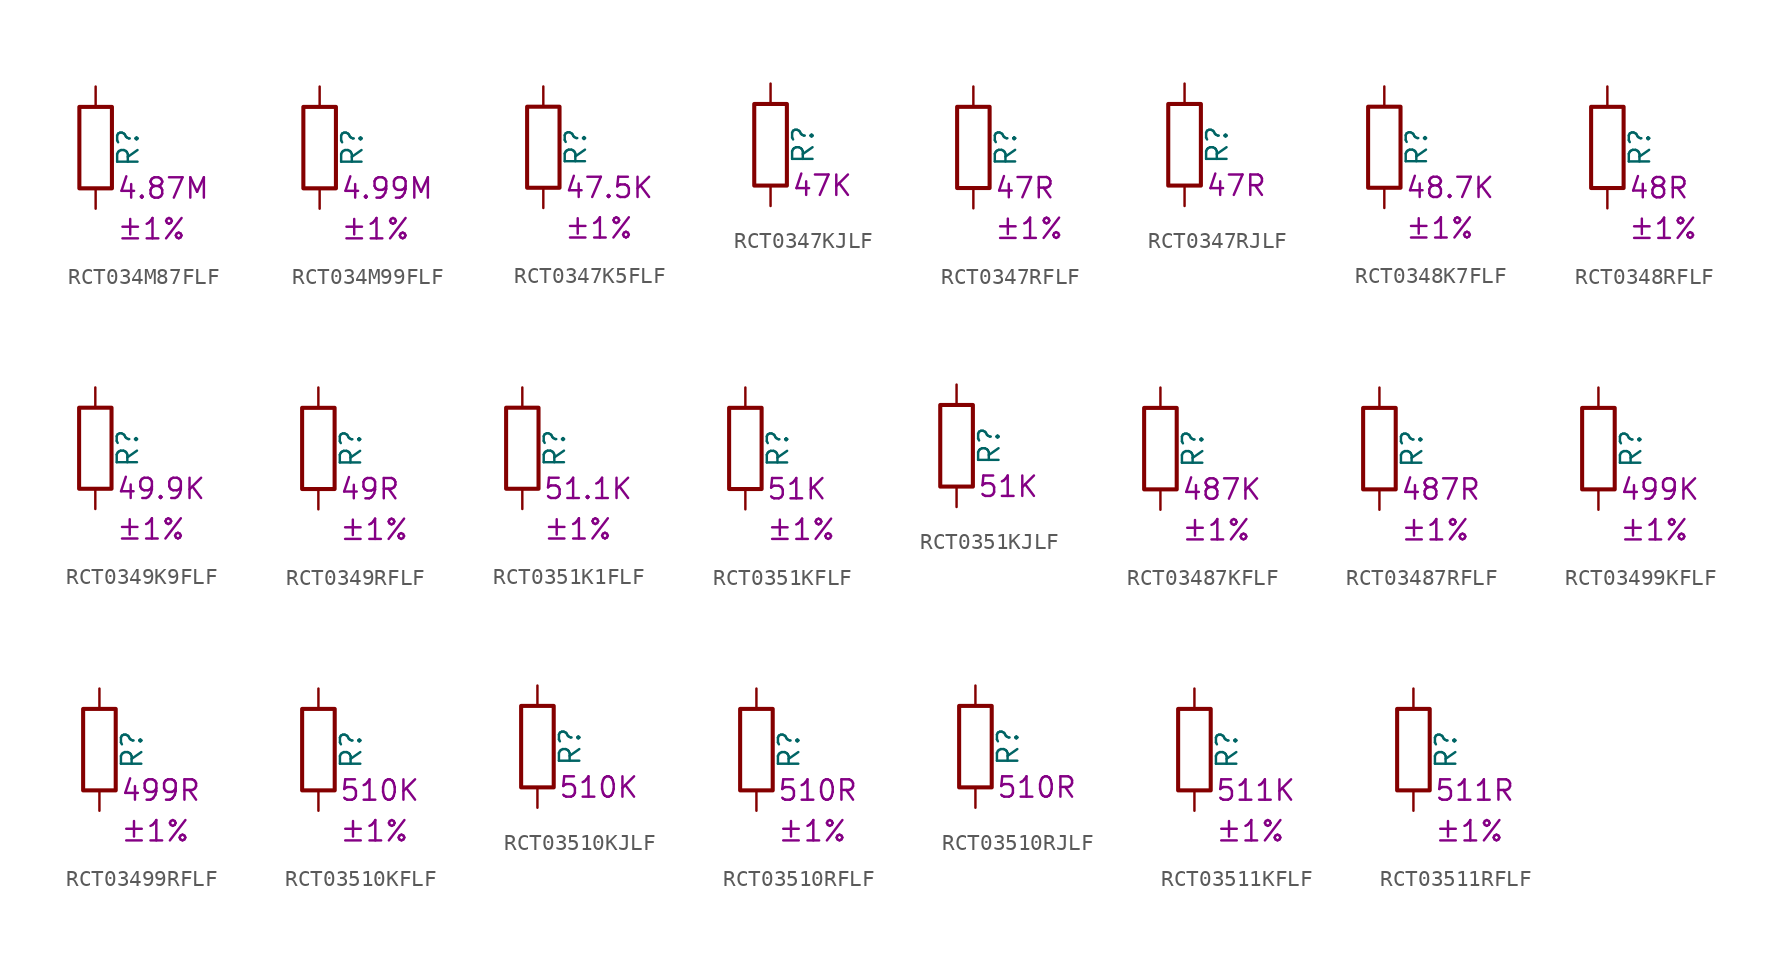
<source format=kicad_sym>
(kicad_symbol_lib
  (version 20220914)
  (generator kicad_symbol_editor)
  (symbol "RCT034M87FLF"
    (pin_numbers hide)
    (pin_names
      (offset 0))
    (property "Reference" "R"
      (at 2.032 0 90)
      (effects (font (size 1.27 1.27))))
    (property "Resistance" "4.87M"
      (at 1.27 -2.54 0)
      (effects (font (size 1.27 1.27)) (justify left)))
    (property "Tolerance" "±1%"
      (at 1.27 -5.08 0)
      (effects (font (size 1.27 1.27)) (justify left)))
    (symbol "RCT034M87FLF_0_1"
      (rectangle (start -1.016 -2.54) (end 1.016 2.54) (stroke (width 0.254) (type default)) (fill (type none))))
    (symbol "RCT034M87FLF_1_1"
      (pin passive line (at 0 3.81 270) (length 1.27) (name "~" (effects (font (size 1.27 1.27)))) (number "1" (effects (font (size 1.27 1.27)))))
      (pin passive line (at 0 -3.81 90) (length 1.27) (name "~" (effects (font (size 1.27 1.27)))) (number "2" (effects (font (size 1.27 1.27)))))))
  (symbol "RCT034M99FLF"
    (pin_numbers hide)
    (pin_names
      (offset 0))
    (property "Reference" "R"
      (at 2.032 0 90)
      (effects (font (size 1.27 1.27))))
    (property "Resistance" "4.99M"
      (at 1.27 -2.54 0)
      (effects (font (size 1.27 1.27)) (justify left)))
    (property "Tolerance" "±1%"
      (at 1.27 -5.08 0)
      (effects (font (size 1.27 1.27)) (justify left)))
    (symbol "RCT034M99FLF_0_1"
      (rectangle (start -1.016 -2.54) (end 1.016 2.54) (stroke (width 0.254) (type default)) (fill (type none))))
    (symbol "RCT034M99FLF_1_1"
      (pin passive line (at 0 3.81 270) (length 1.27) (name "~" (effects (font (size 1.27 1.27)))) (number "1" (effects (font (size 1.27 1.27)))))
      (pin passive line (at 0 -3.81 90) (length 1.27) (name "~" (effects (font (size 1.27 1.27)))) (number "2" (effects (font (size 1.27 1.27)))))))
  (symbol "RCT0347K5FLF"
    (pin_numbers hide)
    (pin_names
      (offset 0))
    (property "Reference" "R"
      (at 2.032 0 90)
      (effects (font (size 1.27 1.27))))
    (property "Resistance" "47.5K"
      (at 1.27 -2.54 0)
      (effects (font (size 1.27 1.27)) (justify left)))
    (property "Tolerance" "±1%"
      (at 1.27 -5.08 0)
      (effects (font (size 1.27 1.27)) (justify left)))
    (symbol "RCT0347K5FLF_0_1"
      (rectangle (start -1.016 -2.54) (end 1.016 2.54) (stroke (width 0.254) (type default)) (fill (type none))))
    (symbol "RCT0347K5FLF_1_1"
      (pin passive line (at 0 3.81 270) (length 1.27) (name "~" (effects (font (size 1.27 1.27)))) (number "1" (effects (font (size 1.27 1.27)))))
      (pin passive line (at 0 -3.81 90) (length 1.27) (name "~" (effects (font (size 1.27 1.27)))) (number "2" (effects (font (size 1.27 1.27)))))))
  (symbol "RCT0347KJLF"
    (pin_numbers hide)
    (pin_names
      (offset 0))
    (property "Reference" "R"
      (at 2.032 0 90)
      (effects (font (size 1.27 1.27))))
    (property "Resistance" "47K"
      (at 1.27 -2.54 0)
      (effects (font (size 1.27 1.27)) (justify left)))
    (symbol "RCT0347KJLF_0_1"
      (rectangle (start -1.016 -2.54) (end 1.016 2.54) (stroke (width 0.254) (type default)) (fill (type none))))
    (symbol "RCT0347KJLF_1_1"
      (pin passive line (at 0 3.81 270) (length 1.27) (name "~" (effects (font (size 1.27 1.27)))) (number "1" (effects (font (size 1.27 1.27)))))
      (pin passive line (at 0 -3.81 90) (length 1.27) (name "~" (effects (font (size 1.27 1.27)))) (number "2" (effects (font (size 1.27 1.27)))))))
  (symbol "RCT0347RFLF"
    (pin_numbers hide)
    (pin_names
      (offset 0))
    (property "Reference" "R"
      (at 2.032 0 90)
      (effects (font (size 1.27 1.27))))
    (property "Resistance" "47R"
      (at 1.27 -2.54 0)
      (effects (font (size 1.27 1.27)) (justify left)))
    (property "Tolerance" "±1%"
      (at 1.27 -5.08 0)
      (effects (font (size 1.27 1.27)) (justify left)))
    (symbol "RCT0347RFLF_0_1"
      (rectangle (start -1.016 -2.54) (end 1.016 2.54) (stroke (width 0.254) (type default)) (fill (type none))))
    (symbol "RCT0347RFLF_1_1"
      (pin passive line (at 0 3.81 270) (length 1.27) (name "~" (effects (font (size 1.27 1.27)))) (number "1" (effects (font (size 1.27 1.27)))))
      (pin passive line (at 0 -3.81 90) (length 1.27) (name "~" (effects (font (size 1.27 1.27)))) (number "2" (effects (font (size 1.27 1.27)))))))
  (symbol "RCT0347RJLF"
    (pin_numbers hide)
    (pin_names
      (offset 0))
    (property "Reference" "R"
      (at 2.032 0 90)
      (effects (font (size 1.27 1.27))))
    (property "Resistance" "47R"
      (at 1.27 -2.54 0)
      (effects (font (size 1.27 1.27)) (justify left)))
    (symbol "RCT0347RJLF_0_1"
      (rectangle (start -1.016 -2.54) (end 1.016 2.54) (stroke (width 0.254) (type default)) (fill (type none))))
    (symbol "RCT0347RJLF_1_1"
      (pin passive line (at 0 3.81 270) (length 1.27) (name "~" (effects (font (size 1.27 1.27)))) (number "1" (effects (font (size 1.27 1.27)))))
      (pin passive line (at 0 -3.81 90) (length 1.27) (name "~" (effects (font (size 1.27 1.27)))) (number "2" (effects (font (size 1.27 1.27)))))))
  (symbol "RCT0348K7FLF"
    (pin_numbers hide)
    (pin_names
      (offset 0))
    (property "Reference" "R"
      (at 2.032 0 90)
      (effects (font (size 1.27 1.27))))
    (property "Resistance" "48.7K"
      (at 1.27 -2.54 0)
      (effects (font (size 1.27 1.27)) (justify left)))
    (property "Tolerance" "±1%"
      (at 1.27 -5.08 0)
      (effects (font (size 1.27 1.27)) (justify left)))
    (symbol "RCT0348K7FLF_0_1"
      (rectangle (start -1.016 -2.54) (end 1.016 2.54) (stroke (width 0.254) (type default)) (fill (type none))))
    (symbol "RCT0348K7FLF_1_1"
      (pin passive line (at 0 3.81 270) (length 1.27) (name "~" (effects (font (size 1.27 1.27)))) (number "1" (effects (font (size 1.27 1.27)))))
      (pin passive line (at 0 -3.81 90) (length 1.27) (name "~" (effects (font (size 1.27 1.27)))) (number "2" (effects (font (size 1.27 1.27)))))))
  (symbol "RCT0348RFLF"
    (pin_numbers hide)
    (pin_names
      (offset 0))
    (property "Reference" "R"
      (at 2.032 0 90)
      (effects (font (size 1.27 1.27))))
    (property "Resistance" "48R"
      (at 1.27 -2.54 0)
      (effects (font (size 1.27 1.27)) (justify left)))
    (property "Tolerance" "±1%"
      (at 1.27 -5.08 0)
      (effects (font (size 1.27 1.27)) (justify left)))
    (symbol "RCT0348RFLF_0_1"
      (rectangle (start -1.016 -2.54) (end 1.016 2.54) (stroke (width 0.254) (type default)) (fill (type none))))
    (symbol "RCT0348RFLF_1_1"
      (pin passive line (at 0 3.81 270) (length 1.27) (name "~" (effects (font (size 1.27 1.27)))) (number "1" (effects (font (size 1.27 1.27)))))
      (pin passive line (at 0 -3.81 90) (length 1.27) (name "~" (effects (font (size 1.27 1.27)))) (number "2" (effects (font (size 1.27 1.27)))))))
  (symbol "RCT0349K9FLF"
    (pin_numbers hide)
    (pin_names
      (offset 0))
    (property "Reference" "R"
      (at 2.032 0 90)
      (effects (font (size 1.27 1.27))))
    (property "Resistance" "49.9K"
      (at 1.27 -2.54 0)
      (effects (font (size 1.27 1.27)) (justify left)))
    (property "Tolerance" "±1%"
      (at 1.27 -5.08 0)
      (effects (font (size 1.27 1.27)) (justify left)))
    (symbol "RCT0349K9FLF_0_1"
      (rectangle (start -1.016 -2.54) (end 1.016 2.54) (stroke (width 0.254) (type default)) (fill (type none))))
    (symbol "RCT0349K9FLF_1_1"
      (pin passive line (at 0 3.81 270) (length 1.27) (name "~" (effects (font (size 1.27 1.27)))) (number "1" (effects (font (size 1.27 1.27)))))
      (pin passive line (at 0 -3.81 90) (length 1.27) (name "~" (effects (font (size 1.27 1.27)))) (number "2" (effects (font (size 1.27 1.27)))))))
  (symbol "RCT0349RFLF"
    (pin_numbers hide)
    (pin_names
      (offset 0))
    (property "Reference" "R"
      (at 2.032 0 90)
      (effects (font (size 1.27 1.27))))
    (property "Resistance" "49R"
      (at 1.27 -2.54 0)
      (effects (font (size 1.27 1.27)) (justify left)))
    (property "Tolerance" "±1%"
      (at 1.27 -5.08 0)
      (effects (font (size 1.27 1.27)) (justify left)))
    (symbol "RCT0349RFLF_0_1"
      (rectangle (start -1.016 -2.54) (end 1.016 2.54) (stroke (width 0.254) (type default)) (fill (type none))))
    (symbol "RCT0349RFLF_1_1"
      (pin passive line (at 0 3.81 270) (length 1.27) (name "~" (effects (font (size 1.27 1.27)))) (number "1" (effects (font (size 1.27 1.27)))))
      (pin passive line (at 0 -3.81 90) (length 1.27) (name "~" (effects (font (size 1.27 1.27)))) (number "2" (effects (font (size 1.27 1.27)))))))
  (symbol "RCT0351K1FLF"
    (pin_numbers hide)
    (pin_names
      (offset 0))
    (property "Reference" "R"
      (at 2.032 0 90)
      (effects (font (size 1.27 1.27))))
    (property "Resistance" "51.1K"
      (at 1.27 -2.54 0)
      (effects (font (size 1.27 1.27)) (justify left)))
    (property "Tolerance" "±1%"
      (at 1.27 -5.08 0)
      (effects (font (size 1.27 1.27)) (justify left)))
    (symbol "RCT0351K1FLF_0_1"
      (rectangle (start -1.016 -2.54) (end 1.016 2.54) (stroke (width 0.254) (type default)) (fill (type none))))
    (symbol "RCT0351K1FLF_1_1"
      (pin passive line (at 0 3.81 270) (length 1.27) (name "~" (effects (font (size 1.27 1.27)))) (number "1" (effects (font (size 1.27 1.27)))))
      (pin passive line (at 0 -3.81 90) (length 1.27) (name "~" (effects (font (size 1.27 1.27)))) (number "2" (effects (font (size 1.27 1.27)))))))
  (symbol "RCT0351KFLF"
    (pin_numbers hide)
    (pin_names
      (offset 0))
    (property "Reference" "R"
      (at 2.032 0 90)
      (effects (font (size 1.27 1.27))))
    (property "Resistance" "51K"
      (at 1.27 -2.54 0)
      (effects (font (size 1.27 1.27)) (justify left)))
    (property "Tolerance" "±1%"
      (at 1.27 -5.08 0)
      (effects (font (size 1.27 1.27)) (justify left)))
    (symbol "RCT0351KFLF_0_1"
      (rectangle (start -1.016 -2.54) (end 1.016 2.54) (stroke (width 0.254) (type default)) (fill (type none))))
    (symbol "RCT0351KFLF_1_1"
      (pin passive line (at 0 3.81 270) (length 1.27) (name "~" (effects (font (size 1.27 1.27)))) (number "1" (effects (font (size 1.27 1.27)))))
      (pin passive line (at 0 -3.81 90) (length 1.27) (name "~" (effects (font (size 1.27 1.27)))) (number "2" (effects (font (size 1.27 1.27)))))))
  (symbol "RCT0351KJLF"
    (pin_numbers hide)
    (pin_names
      (offset 0))
    (property "Reference" "R"
      (at 2.032 0 90)
      (effects (font (size 1.27 1.27))))
    (property "Resistance" "51K"
      (at 1.27 -2.54 0)
      (effects (font (size 1.27 1.27)) (justify left)))
    (symbol "RCT0351KJLF_0_1"
      (rectangle (start -1.016 -2.54) (end 1.016 2.54) (stroke (width 0.254) (type default)) (fill (type none))))
    (symbol "RCT0351KJLF_1_1"
      (pin passive line (at 0 3.81 270) (length 1.27) (name "~" (effects (font (size 1.27 1.27)))) (number "1" (effects (font (size 1.27 1.27)))))
      (pin passive line (at 0 -3.81 90) (length 1.27) (name "~" (effects (font (size 1.27 1.27)))) (number "2" (effects (font (size 1.27 1.27)))))))
  (symbol "RCT03487KFLF"
    (pin_numbers hide)
    (pin_names
      (offset 0))
    (property "Reference" "R"
      (at 2.032 0 90)
      (effects (font (size 1.27 1.27))))
    (property "Resistance" "487K"
      (at 1.27 -2.54 0)
      (effects (font (size 1.27 1.27)) (justify left)))
    (property "Tolerance" "±1%"
      (at 1.27 -5.08 0)
      (effects (font (size 1.27 1.27)) (justify left)))
    (symbol "RCT03487KFLF_0_1"
      (rectangle (start -1.016 -2.54) (end 1.016 2.54) (stroke (width 0.254) (type default)) (fill (type none))))
    (symbol "RCT03487KFLF_1_1"
      (pin passive line (at 0 3.81 270) (length 1.27) (name "~" (effects (font (size 1.27 1.27)))) (number "1" (effects (font (size 1.27 1.27)))))
      (pin passive line (at 0 -3.81 90) (length 1.27) (name "~" (effects (font (size 1.27 1.27)))) (number "2" (effects (font (size 1.27 1.27)))))))
  (symbol "RCT03487RFLF"
    (pin_numbers hide)
    (pin_names
      (offset 0))
    (property "Reference" "R"
      (at 2.032 0 90)
      (effects (font (size 1.27 1.27))))
    (property "Resistance" "487R"
      (at 1.27 -2.54 0)
      (effects (font (size 1.27 1.27)) (justify left)))
    (property "Tolerance" "±1%"
      (at 1.27 -5.08 0)
      (effects (font (size 1.27 1.27)) (justify left)))
    (symbol "RCT03487RFLF_0_1"
      (rectangle (start -1.016 -2.54) (end 1.016 2.54) (stroke (width 0.254) (type default)) (fill (type none))))
    (symbol "RCT03487RFLF_1_1"
      (pin passive line (at 0 3.81 270) (length 1.27) (name "~" (effects (font (size 1.27 1.27)))) (number "1" (effects (font (size 1.27 1.27)))))
      (pin passive line (at 0 -3.81 90) (length 1.27) (name "~" (effects (font (size 1.27 1.27)))) (number "2" (effects (font (size 1.27 1.27)))))))
  (symbol "RCT03499KFLF"
    (pin_numbers hide)
    (pin_names
      (offset 0))
    (property "Reference" "R"
      (at 2.032 0 90)
      (effects (font (size 1.27 1.27))))
    (property "Resistance" "499K"
      (at 1.27 -2.54 0)
      (effects (font (size 1.27 1.27)) (justify left)))
    (property "Tolerance" "±1%"
      (at 1.27 -5.08 0)
      (effects (font (size 1.27 1.27)) (justify left)))
    (symbol "RCT03499KFLF_0_1"
      (rectangle (start -1.016 -2.54) (end 1.016 2.54) (stroke (width 0.254) (type default)) (fill (type none))))
    (symbol "RCT03499KFLF_1_1"
      (pin passive line (at 0 3.81 270) (length 1.27) (name "~" (effects (font (size 1.27 1.27)))) (number "1" (effects (font (size 1.27 1.27)))))
      (pin passive line (at 0 -3.81 90) (length 1.27) (name "~" (effects (font (size 1.27 1.27)))) (number "2" (effects (font (size 1.27 1.27)))))))
  (symbol "RCT03499RFLF"
    (pin_numbers hide)
    (pin_names
      (offset 0))
    (property "Reference" "R"
      (at 2.032 0 90)
      (effects (font (size 1.27 1.27))))
    (property "Resistance" "499R"
      (at 1.27 -2.54 0)
      (effects (font (size 1.27 1.27)) (justify left)))
    (property "Tolerance" "±1%"
      (at 1.27 -5.08 0)
      (effects (font (size 1.27 1.27)) (justify left)))
    (symbol "RCT03499RFLF_0_1"
      (rectangle (start -1.016 -2.54) (end 1.016 2.54) (stroke (width 0.254) (type default)) (fill (type none))))
    (symbol "RCT03499RFLF_1_1"
      (pin passive line (at 0 3.81 270) (length 1.27) (name "~" (effects (font (size 1.27 1.27)))) (number "1" (effects (font (size 1.27 1.27)))))
      (pin passive line (at 0 -3.81 90) (length 1.27) (name "~" (effects (font (size 1.27 1.27)))) (number "2" (effects (font (size 1.27 1.27)))))))
  (symbol "RCT03510KFLF"
    (pin_numbers hide)
    (pin_names
      (offset 0))
    (property "Reference" "R"
      (at 2.032 0 90)
      (effects (font (size 1.27 1.27))))
    (property "Resistance" "510K"
      (at 1.27 -2.54 0)
      (effects (font (size 1.27 1.27)) (justify left)))
    (property "Tolerance" "±1%"
      (at 1.27 -5.08 0)
      (effects (font (size 1.27 1.27)) (justify left)))
    (symbol "RCT03510KFLF_0_1"
      (rectangle (start -1.016 -2.54) (end 1.016 2.54) (stroke (width 0.254) (type default)) (fill (type none))))
    (symbol "RCT03510KFLF_1_1"
      (pin passive line (at 0 3.81 270) (length 1.27) (name "~" (effects (font (size 1.27 1.27)))) (number "1" (effects (font (size 1.27 1.27)))))
      (pin passive line (at 0 -3.81 90) (length 1.27) (name "~" (effects (font (size 1.27 1.27)))) (number "2" (effects (font (size 1.27 1.27)))))))
  (symbol "RCT03510KJLF"
    (pin_numbers hide)
    (pin_names
      (offset 0))
    (property "Reference" "R"
      (at 2.032 0 90)
      (effects (font (size 1.27 1.27))))
    (property "Resistance" "510K"
      (at 1.27 -2.54 0)
      (effects (font (size 1.27 1.27)) (justify left)))
    (symbol "RCT03510KJLF_0_1"
      (rectangle (start -1.016 -2.54) (end 1.016 2.54) (stroke (width 0.254) (type default)) (fill (type none))))
    (symbol "RCT03510KJLF_1_1"
      (pin passive line (at 0 3.81 270) (length 1.27) (name "~" (effects (font (size 1.27 1.27)))) (number "1" (effects (font (size 1.27 1.27)))))
      (pin passive line (at 0 -3.81 90) (length 1.27) (name "~" (effects (font (size 1.27 1.27)))) (number "2" (effects (font (size 1.27 1.27)))))))
  (symbol "RCT03510RFLF"
    (pin_numbers hide)
    (pin_names
      (offset 0))
    (property "Reference" "R"
      (at 2.032 0 90)
      (effects (font (size 1.27 1.27))))
    (property "Resistance" "510R"
      (at 1.27 -2.54 0)
      (effects (font (size 1.27 1.27)) (justify left)))
    (property "Tolerance" "±1%"
      (at 1.27 -5.08 0)
      (effects (font (size 1.27 1.27)) (justify left)))
    (symbol "RCT03510RFLF_0_1"
      (rectangle (start -1.016 -2.54) (end 1.016 2.54) (stroke (width 0.254) (type default)) (fill (type none))))
    (symbol "RCT03510RFLF_1_1"
      (pin passive line (at 0 3.81 270) (length 1.27) (name "~" (effects (font (size 1.27 1.27)))) (number "1" (effects (font (size 1.27 1.27)))))
      (pin passive line (at 0 -3.81 90) (length 1.27) (name "~" (effects (font (size 1.27 1.27)))) (number "2" (effects (font (size 1.27 1.27)))))))
  (symbol "RCT03510RJLF"
    (pin_numbers hide)
    (pin_names
      (offset 0))
    (property "Reference" "R"
      (at 2.032 0 90)
      (effects (font (size 1.27 1.27))))
    (property "Resistance" "510R"
      (at 1.27 -2.54 0)
      (effects (font (size 1.27 1.27)) (justify left)))
    (symbol "RCT03510RJLF_0_1"
      (rectangle (start -1.016 -2.54) (end 1.016 2.54) (stroke (width 0.254) (type default)) (fill (type none))))
    (symbol "RCT03510RJLF_1_1"
      (pin passive line (at 0 3.81 270) (length 1.27) (name "~" (effects (font (size 1.27 1.27)))) (number "1" (effects (font (size 1.27 1.27)))))
      (pin passive line (at 0 -3.81 90) (length 1.27) (name "~" (effects (font (size 1.27 1.27)))) (number "2" (effects (font (size 1.27 1.27)))))))
  (symbol "RCT03511KFLF"
    (pin_numbers hide)
    (pin_names
      (offset 0))
    (property "Reference" "R"
      (at 2.032 0 90)
      (effects (font (size 1.27 1.27))))
    (property "Resistance" "511K"
      (at 1.27 -2.54 0)
      (effects (font (size 1.27 1.27)) (justify left)))
    (property "Tolerance" "±1%"
      (at 1.27 -5.08 0)
      (effects (font (size 1.27 1.27)) (justify left)))
    (symbol "RCT03511KFLF_0_1"
      (rectangle (start -1.016 -2.54) (end 1.016 2.54) (stroke (width 0.254) (type default)) (fill (type none))))
    (symbol "RCT03511KFLF_1_1"
      (pin passive line (at 0 3.81 270) (length 1.27) (name "~" (effects (font (size 1.27 1.27)))) (number "1" (effects (font (size 1.27 1.27)))))
      (pin passive line (at 0 -3.81 90) (length 1.27) (name "~" (effects (font (size 1.27 1.27)))) (number "2" (effects (font (size 1.27 1.27)))))))
  (symbol "RCT03511RFLF"
    (pin_numbers hide)
    (pin_names
      (offset 0))
    (property "Reference" "R"
      (at 2.032 0 90)
      (effects (font (size 1.27 1.27))))
    (property "Resistance" "511R"
      (at 1.27 -2.54 0)
      (effects (font (size 1.27 1.27)) (justify left)))
    (property "Tolerance" "±1%"
      (at 1.27 -5.08 0)
      (effects (font (size 1.27 1.27)) (justify left)))
    (symbol "RCT03511RFLF_0_1"
      (rectangle (start -1.016 -2.54) (end 1.016 2.54) (stroke (width 0.254) (type default)) (fill (type none))))
    (symbol "RCT03511RFLF_1_1"
      (pin passive line (at 0 3.81 270) (length 1.27) (name "~" (effects (font (size 1.27 1.27)))) (number "1" (effects (font (size 1.27 1.27)))))
      (pin passive line (at 0 -3.81 90) (length 1.27) (name "~" (effects (font (size 1.27 1.27)))) (number "2" (effects (font (size 1.27 1.27))))))))
</source>
